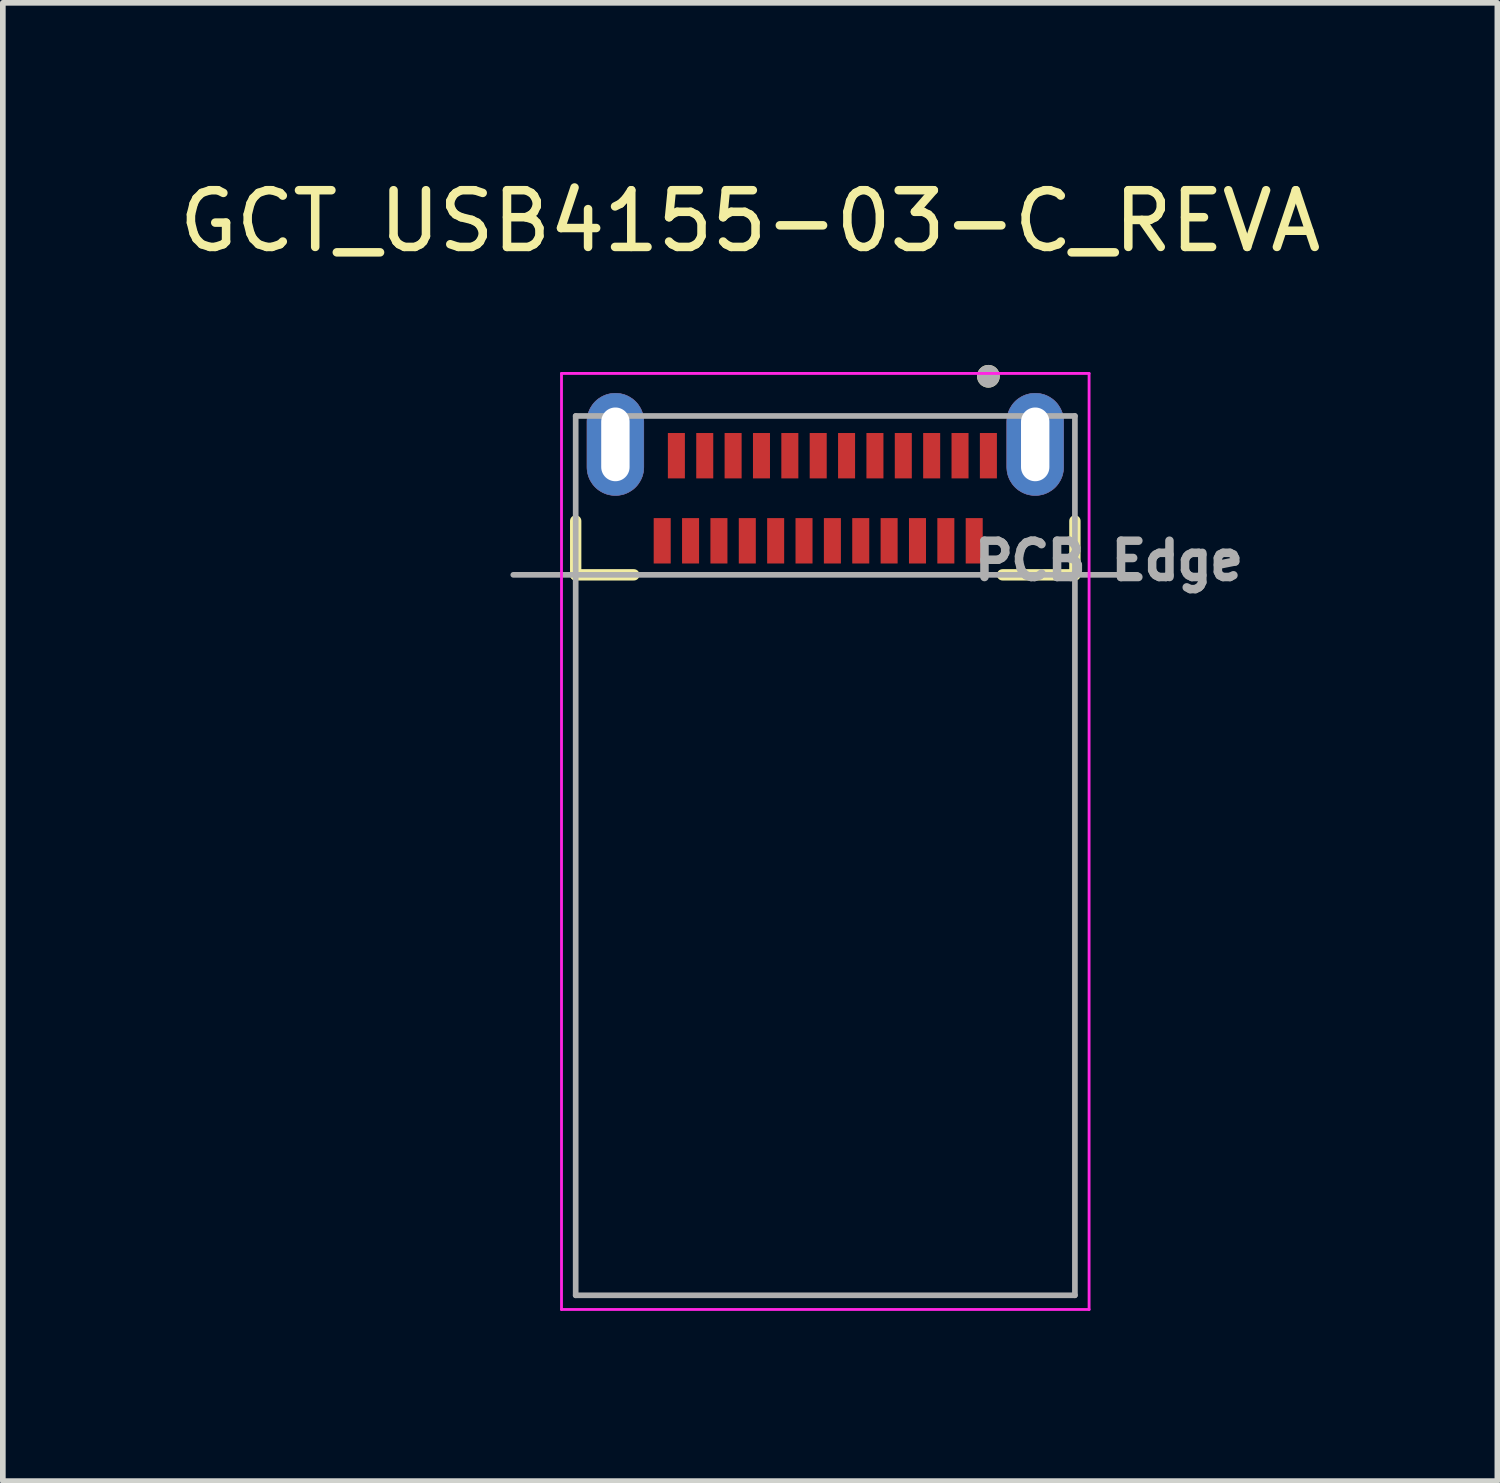
<source format=kicad_pcb>
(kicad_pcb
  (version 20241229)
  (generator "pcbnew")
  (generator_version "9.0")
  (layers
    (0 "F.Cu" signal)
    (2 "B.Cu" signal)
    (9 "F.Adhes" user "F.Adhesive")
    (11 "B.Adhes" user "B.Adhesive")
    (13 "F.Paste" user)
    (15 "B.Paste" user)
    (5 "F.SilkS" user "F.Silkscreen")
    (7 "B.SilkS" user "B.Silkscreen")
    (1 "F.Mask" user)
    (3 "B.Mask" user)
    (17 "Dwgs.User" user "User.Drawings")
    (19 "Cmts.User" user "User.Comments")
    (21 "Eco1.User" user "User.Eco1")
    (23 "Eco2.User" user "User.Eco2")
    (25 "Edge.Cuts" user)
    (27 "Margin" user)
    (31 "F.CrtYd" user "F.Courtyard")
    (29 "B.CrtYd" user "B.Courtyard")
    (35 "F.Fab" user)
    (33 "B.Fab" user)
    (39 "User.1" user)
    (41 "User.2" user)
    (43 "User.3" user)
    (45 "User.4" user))
  (footprint "GCT_USB4155-03-C_REVA"
    (layer "F.Cu")
    (at 11.498 5.733)
    (property "Reference" "GCT_USB4155-03-C_REVA" (at -1.325 -4.885 0) (layer "F.SilkS") (effects (font (size 1 1) (thickness 0.15))))
    (attr through_hole)
    (fp_poly (pts (xy -3.7 -1.85) (xy -3.726 -1.849) (xy -3.752 -1.847) (xy -3.778 -1.844) (xy -3.804 -1.839) (xy -3.829 -1.833) (xy -3.855 -1.826) (xy -3.879 -1.817) (xy -3.903 -1.807) (xy -3.927 -1.796) (xy -3.95 -1.783) (xy -3.972 -1.769) (xy -3.994 -1.755) (xy -4.015 -1.739) (xy -4.035 -1.722) (xy -4.054 -1.704) (xy -4.072 -1.685) (xy -4.089 -1.665) (xy -4.105 -1.644) (xy -4.119 -1.622) (xy -4.133 -1.6) (xy -4.146 -1.577) (xy -4.157 -1.553) (xy -4.167 -1.529) (xy -4.176 -1.505) (xy -4.183 -1.479) (xy -4.189 -1.454) (xy -4.194 -1.428) (xy -4.197 -1.402) (xy -4.199 -1.376) (xy -4.2 -1.35) (xy -4.2 -0.55) (xy -4.199 -0.524) (xy -4.197 -0.498) (xy -4.194 -0.472) (xy -4.189 -0.446) (xy -4.183 -0.421) (xy -4.176 -0.395) (xy -4.167 -0.371) (xy -4.157 -0.347) (xy -4.146 -0.323) (xy -4.133 -0.3) (xy -4.119 -0.278) (xy -4.105 -0.256) (xy -4.089 -0.235) (xy -4.072 -0.215) (xy -4.054 -0.196) (xy -4.035 -0.178) (xy -4.015 -0.161) (xy -3.994 -0.145) (xy -3.972 -0.131) (xy -3.95 -0.117) (xy -3.927 -0.104) (xy -3.903 -0.093) (xy -3.879 -0.083) (xy -3.855 -0.074) (xy -3.829 -0.067) (xy -3.804 -0.061) (xy -3.778 -0.056) (xy -3.752 -0.053) (xy -3.726 -0.051) (xy -3.7 -0.05) (xy -3.674 -0.051) (xy -3.648 -0.053) (xy -3.622 -0.056) (xy -3.596 -0.061) (xy -3.571 -0.067) (xy -3.545 -0.074) (xy -3.521 -0.083) (xy -3.497 -0.093) (xy -3.473 -0.104) (xy -3.45 -0.117) (xy -3.428 -0.131) (xy -3.406 -0.145) (xy -3.385 -0.161) (xy -3.365 -0.178) (xy -3.346 -0.196) (xy -3.328 -0.215) (xy -3.311 -0.235) (xy -3.295 -0.256) (xy -3.281 -0.278) (xy -3.267 -0.3) (xy -3.254 -0.323) (xy -3.243 -0.347) (xy -3.233 -0.371) (xy -3.224 -0.395) (xy -3.217 -0.421) (xy -3.211 -0.446) (xy -3.206 -0.472) (xy -3.203 -0.498) (xy -3.201 -0.524) (xy -3.2 -0.55) (xy -3.2 -1.35) (xy -3.201 -1.376) (xy -3.203 -1.402) (xy -3.206 -1.428) (xy -3.211 -1.454) (xy -3.217 -1.479) (xy -3.224 -1.505) (xy -3.233 -1.529) (xy -3.243 -1.553) (xy -3.254 -1.577) (xy -3.267 -1.6) (xy -3.281 -1.622) (xy -3.295 -1.644) (xy -3.311 -1.665) (xy -3.328 -1.685) (xy -3.346 -1.704) (xy -3.365 -1.722) (xy -3.385 -1.739) (xy -3.406 -1.755) (xy -3.428 -1.769) (xy -3.45 -1.783) (xy -3.473 -1.796) (xy -3.497 -1.807) (xy -3.521 -1.817) (xy -3.545 -1.826) (xy -3.571 -1.833) (xy -3.596 -1.839) (xy -3.622 -1.844) (xy -3.648 -1.847) (xy -3.674 -1.849) (xy -3.7 -1.85)) (stroke (width 0.01) (type solid)) (fill yes) (layer "F.Cu"))
    (fp_poly (pts (xy 3.7 -1.85) (xy 3.674 -1.849) (xy 3.648 -1.847) (xy 3.622 -1.844) (xy 3.596 -1.839) (xy 3.571 -1.833) (xy 3.545 -1.826) (xy 3.521 -1.817) (xy 3.497 -1.807) (xy 3.473 -1.796) (xy 3.45 -1.783) (xy 3.428 -1.769) (xy 3.406 -1.755) (xy 3.385 -1.739) (xy 3.365 -1.722) (xy 3.346 -1.704) (xy 3.328 -1.685) (xy 3.311 -1.665) (xy 3.295 -1.644) (xy 3.281 -1.622) (xy 3.267 -1.6) (xy 3.254 -1.577) (xy 3.243 -1.553) (xy 3.233 -1.529) (xy 3.224 -1.505) (xy 3.217 -1.479) (xy 3.211 -1.454) (xy 3.206 -1.428) (xy 3.203 -1.402) (xy 3.201 -1.376) (xy 3.2 -1.35) (xy 3.2 -0.55) (xy 3.201 -0.524) (xy 3.203 -0.498) (xy 3.206 -0.472) (xy 3.211 -0.446) (xy 3.217 -0.421) (xy 3.224 -0.395) (xy 3.233 -0.371) (xy 3.243 -0.347) (xy 3.254 -0.323) (xy 3.267 -0.3) (xy 3.281 -0.278) (xy 3.295 -0.256) (xy 3.311 -0.235) (xy 3.328 -0.215) (xy 3.346 -0.196) (xy 3.365 -0.178) (xy 3.385 -0.161) (xy 3.406 -0.145) (xy 3.428 -0.131) (xy 3.45 -0.117) (xy 3.473 -0.104) (xy 3.497 -0.093) (xy 3.521 -0.083) (xy 3.545 -0.074) (xy 3.571 -0.067) (xy 3.596 -0.061) (xy 3.622 -0.056) (xy 3.648 -0.053) (xy 3.674 -0.051) (xy 3.7 -0.05) (xy 3.726 -0.051) (xy 3.752 -0.053) (xy 3.778 -0.056) (xy 3.804 -0.061) (xy 3.829 -0.067) (xy 3.855 -0.074) (xy 3.879 -0.083) (xy 3.903 -0.093) (xy 3.927 -0.104) (xy 3.95 -0.117) (xy 3.972 -0.131) (xy 3.994 -0.145) (xy 4.015 -0.161) (xy 4.035 -0.178) (xy 4.054 -0.196) (xy 4.072 -0.215) (xy 4.089 -0.235) (xy 4.105 -0.256) (xy 4.119 -0.278) (xy 4.133 -0.3) (xy 4.146 -0.323) (xy 4.157 -0.347) (xy 4.167 -0.371) (xy 4.176 -0.395) (xy 4.183 -0.421) (xy 4.189 -0.446) (xy 4.194 -0.472) (xy 4.197 -0.498) (xy 4.199 -0.524) (xy 4.2 -0.55) (xy 4.2 -1.35) (xy 4.199 -1.376) (xy 4.197 -1.402) (xy 4.194 -1.428) (xy 4.189 -1.454) (xy 4.183 -1.479) (xy 4.176 -1.505) (xy 4.167 -1.529) (xy 4.157 -1.553) (xy 4.146 -1.577) (xy 4.133 -1.6) (xy 4.119 -1.622) (xy 4.105 -1.644) (xy 4.089 -1.665) (xy 4.072 -1.685) (xy 4.054 -1.704) (xy 4.035 -1.722) (xy 4.015 -1.739) (xy 3.994 -1.755) (xy 3.972 -1.769) (xy 3.95 -1.783) (xy 3.927 -1.796) (xy 3.903 -1.807) (xy 3.879 -1.817) (xy 3.855 -1.826) (xy 3.829 -1.833) (xy 3.804 -1.839) (xy 3.778 -1.844) (xy 3.752 -1.847) (xy 3.726 -1.849) (xy 3.7 -1.85)) (stroke (width 0.01) (type solid)) (fill yes) (layer "F.Cu"))
    (fp_poly (pts (xy -3.7 -1.95) (xy -3.731 -1.949) (xy -3.763 -1.947) (xy -3.794 -1.943) (xy -3.825 -1.937) (xy -3.855 -1.93) (xy -3.885 -1.921) (xy -3.915 -1.91) (xy -3.944 -1.898) (xy -3.972 -1.885) (xy -4 -1.87) (xy -4.027 -1.853) (xy -4.053 -1.835) (xy -4.078 -1.816) (xy -4.101 -1.796) (xy -4.124 -1.774) (xy -4.146 -1.751) (xy -4.166 -1.728) (xy -4.185 -1.703) (xy -4.203 -1.677) (xy -4.22 -1.65) (xy -4.235 -1.622) (xy -4.248 -1.594) (xy -4.26 -1.565) (xy -4.271 -1.535) (xy -4.28 -1.505) (xy -4.287 -1.475) (xy -4.293 -1.444) (xy -4.297 -1.413) (xy -4.299 -1.381) (xy -4.3 -1.35) (xy -4.3 -0.55) (xy -4.299 -0.519) (xy -4.297 -0.487) (xy -4.293 -0.456) (xy -4.287 -0.425) (xy -4.28 -0.395) (xy -4.271 -0.365) (xy -4.26 -0.335) (xy -4.248 -0.306) (xy -4.235 -0.278) (xy -4.22 -0.25) (xy -4.203 -0.223) (xy -4.185 -0.197) (xy -4.166 -0.172) (xy -4.146 -0.149) (xy -4.124 -0.126) (xy -4.101 -0.104) (xy -4.078 -0.084) (xy -4.053 -0.065) (xy -4.027 -0.047) (xy -4 -0.03) (xy -3.972 -0.015) (xy -3.944 -0.002) (xy -3.915 0.01) (xy -3.885 0.021) (xy -3.855 0.03) (xy -3.825 0.037) (xy -3.794 0.043) (xy -3.763 0.047) (xy -3.731 0.049) (xy -3.7 0.05) (xy -3.669 0.049) (xy -3.637 0.047) (xy -3.606 0.043) (xy -3.575 0.037) (xy -3.545 0.03) (xy -3.515 0.021) (xy -3.485 0.01) (xy -3.456 -0.002) (xy -3.428 -0.015) (xy -3.4 -0.03) (xy -3.373 -0.047) (xy -3.347 -0.065) (xy -3.322 -0.084) (xy -3.299 -0.104) (xy -3.276 -0.126) (xy -3.254 -0.149) (xy -3.234 -0.172) (xy -3.215 -0.197) (xy -3.197 -0.223) (xy -3.18 -0.25) (xy -3.165 -0.278) (xy -3.152 -0.306) (xy -3.14 -0.335) (xy -3.129 -0.365) (xy -3.12 -0.395) (xy -3.113 -0.425) (xy -3.107 -0.456) (xy -3.103 -0.487) (xy -3.101 -0.519) (xy -3.1 -0.55) (xy -3.1 -1.35) (xy -3.101 -1.381) (xy -3.103 -1.413) (xy -3.107 -1.444) (xy -3.113 -1.475) (xy -3.12 -1.505) (xy -3.129 -1.535) (xy -3.14 -1.565) (xy -3.152 -1.594) (xy -3.165 -1.622) (xy -3.18 -1.65) (xy -3.197 -1.677) (xy -3.215 -1.703) (xy -3.234 -1.728) (xy -3.254 -1.751) (xy -3.276 -1.774) (xy -3.299 -1.796) (xy -3.322 -1.816) (xy -3.347 -1.835) (xy -3.373 -1.853) (xy -3.4 -1.87) (xy -3.428 -1.885) (xy -3.456 -1.898) (xy -3.485 -1.91) (xy -3.515 -1.921) (xy -3.545 -1.93) (xy -3.575 -1.937) (xy -3.606 -1.943) (xy -3.637 -1.947) (xy -3.669 -1.949) (xy -3.7 -1.95)) (stroke (width 0.01) (type solid)) (fill yes) (layer "F.Mask"))
    (fp_poly (pts (xy 3.7 -1.95) (xy 3.669 -1.949) (xy 3.637 -1.947) (xy 3.606 -1.943) (xy 3.575 -1.937) (xy 3.545 -1.93) (xy 3.515 -1.921) (xy 3.485 -1.91) (xy 3.456 -1.898) (xy 3.428 -1.885) (xy 3.4 -1.87) (xy 3.373 -1.853) (xy 3.347 -1.835) (xy 3.322 -1.816) (xy 3.299 -1.796) (xy 3.276 -1.774) (xy 3.254 -1.751) (xy 3.234 -1.728) (xy 3.215 -1.703) (xy 3.197 -1.677) (xy 3.18 -1.65) (xy 3.165 -1.622) (xy 3.152 -1.594) (xy 3.14 -1.565) (xy 3.129 -1.535) (xy 3.12 -1.505) (xy 3.113 -1.475) (xy 3.107 -1.444) (xy 3.103 -1.413) (xy 3.101 -1.381) (xy 3.1 -1.35) (xy 3.1 -0.55) (xy 3.101 -0.519) (xy 3.103 -0.487) (xy 3.107 -0.456) (xy 3.113 -0.425) (xy 3.12 -0.395) (xy 3.129 -0.365) (xy 3.14 -0.335) (xy 3.152 -0.306) (xy 3.165 -0.278) (xy 3.18 -0.25) (xy 3.197 -0.223) (xy 3.215 -0.197) (xy 3.234 -0.172) (xy 3.254 -0.149) (xy 3.276 -0.126) (xy 3.299 -0.104) (xy 3.322 -0.084) (xy 3.347 -0.065) (xy 3.373 -0.047) (xy 3.4 -0.03) (xy 3.428 -0.015) (xy 3.456 -0.002) (xy 3.485 0.01) (xy 3.515 0.021) (xy 3.545 0.03) (xy 3.575 0.037) (xy 3.606 0.043) (xy 3.637 0.047) (xy 3.669 0.049) (xy 3.7 0.05) (xy 3.731 0.049) (xy 3.763 0.047) (xy 3.794 0.043) (xy 3.825 0.037) (xy 3.855 0.03) (xy 3.885 0.021) (xy 3.915 0.01) (xy 3.944 -0.002) (xy 3.972 -0.015) (xy 4 -0.03) (xy 4.027 -0.047) (xy 4.053 -0.065) (xy 4.078 -0.084) (xy 4.101 -0.104) (xy 4.124 -0.126) (xy 4.146 -0.149) (xy 4.166 -0.172) (xy 4.185 -0.197) (xy 4.203 -0.223) (xy 4.22 -0.25) (xy 4.235 -0.278) (xy 4.248 -0.306) (xy 4.26 -0.335) (xy 4.271 -0.365) (xy 4.28 -0.395) (xy 4.287 -0.425) (xy 4.293 -0.456) (xy 4.297 -0.487) (xy 4.299 -0.519) (xy 4.3 -0.55) (xy 4.3 -1.35) (xy 4.299 -1.381) (xy 4.297 -1.413) (xy 4.293 -1.444) (xy 4.287 -1.475) (xy 4.28 -1.505) (xy 4.271 -1.535) (xy 4.26 -1.565) (xy 4.248 -1.594) (xy 4.235 -1.622) (xy 4.22 -1.65) (xy 4.203 -1.677) (xy 4.185 -1.703) (xy 4.166 -1.728) (xy 4.146 -1.751) (xy 4.124 -1.774) (xy 4.101 -1.796) (xy 4.078 -1.816) (xy 4.053 -1.835) (xy 4.027 -1.853) (xy 4 -1.87) (xy 3.972 -1.885) (xy 3.944 -1.898) (xy 3.915 -1.91) (xy 3.885 -1.921) (xy 3.855 -1.93) (xy 3.825 -1.937) (xy 3.794 -1.943) (xy 3.763 -1.947) (xy 3.731 -1.949) (xy 3.7 -1.95)) (stroke (width 0.01) (type solid)) (fill yes) (layer "F.Mask"))
    (fp_poly (pts (xy -3.7 -1.85) (xy -3.726 -1.849) (xy -3.752 -1.847) (xy -3.778 -1.844) (xy -3.804 -1.839) (xy -3.829 -1.833) (xy -3.855 -1.826) (xy -3.879 -1.817) (xy -3.903 -1.807) (xy -3.927 -1.796) (xy -3.95 -1.783) (xy -3.972 -1.769) (xy -3.994 -1.755) (xy -4.015 -1.739) (xy -4.035 -1.722) (xy -4.054 -1.704) (xy -4.072 -1.685) (xy -4.089 -1.665) (xy -4.105 -1.644) (xy -4.119 -1.622) (xy -4.133 -1.6) (xy -4.146 -1.577) (xy -4.157 -1.553) (xy -4.167 -1.529) (xy -4.176 -1.505) (xy -4.183 -1.479) (xy -4.189 -1.454) (xy -4.194 -1.428) (xy -4.197 -1.402) (xy -4.199 -1.376) (xy -4.2 -1.35) (xy -4.2 -0.55) (xy -4.199 -0.524) (xy -4.197 -0.498) (xy -4.194 -0.472) (xy -4.189 -0.446) (xy -4.183 -0.421) (xy -4.176 -0.395) (xy -4.167 -0.371) (xy -4.157 -0.347) (xy -4.146 -0.323) (xy -4.133 -0.3) (xy -4.119 -0.278) (xy -4.105 -0.256) (xy -4.089 -0.235) (xy -4.072 -0.215) (xy -4.054 -0.196) (xy -4.035 -0.178) (xy -4.015 -0.161) (xy -3.994 -0.145) (xy -3.972 -0.131) (xy -3.95 -0.117) (xy -3.927 -0.104) (xy -3.903 -0.093) (xy -3.879 -0.083) (xy -3.855 -0.074) (xy -3.829 -0.067) (xy -3.804 -0.061) (xy -3.778 -0.056) (xy -3.752 -0.053) (xy -3.726 -0.051) (xy -3.7 -0.05) (xy -3.674 -0.051) (xy -3.648 -0.053) (xy -3.622 -0.056) (xy -3.596 -0.061) (xy -3.571 -0.067) (xy -3.545 -0.074) (xy -3.521 -0.083) (xy -3.497 -0.093) (xy -3.473 -0.104) (xy -3.45 -0.117) (xy -3.428 -0.131) (xy -3.406 -0.145) (xy -3.385 -0.161) (xy -3.365 -0.178) (xy -3.346 -0.196) (xy -3.328 -0.215) (xy -3.311 -0.235) (xy -3.295 -0.256) (xy -3.281 -0.278) (xy -3.267 -0.3) (xy -3.254 -0.323) (xy -3.243 -0.347) (xy -3.233 -0.371) (xy -3.224 -0.395) (xy -3.217 -0.421) (xy -3.211 -0.446) (xy -3.206 -0.472) (xy -3.203 -0.498) (xy -3.201 -0.524) (xy -3.2 -0.55) (xy -3.2 -1.35) (xy -3.201 -1.376) (xy -3.203 -1.402) (xy -3.206 -1.428) (xy -3.211 -1.454) (xy -3.217 -1.479) (xy -3.224 -1.505) (xy -3.233 -1.529) (xy -3.243 -1.553) (xy -3.254 -1.577) (xy -3.267 -1.6) (xy -3.281 -1.622) (xy -3.295 -1.644) (xy -3.311 -1.665) (xy -3.328 -1.685) (xy -3.346 -1.704) (xy -3.365 -1.722) (xy -3.385 -1.739) (xy -3.406 -1.755) (xy -3.428 -1.769) (xy -3.45 -1.783) (xy -3.473 -1.796) (xy -3.497 -1.807) (xy -3.521 -1.817) (xy -3.545 -1.826) (xy -3.571 -1.833) (xy -3.596 -1.839) (xy -3.622 -1.844) (xy -3.648 -1.847) (xy -3.674 -1.849) (xy -3.7 -1.85)) (stroke (width 0.01) (type solid)) (fill yes) (layer "B.Cu"))
    (fp_poly (pts (xy 3.7 -1.85) (xy 3.674 -1.849) (xy 3.648 -1.847) (xy 3.622 -1.844) (xy 3.596 -1.839) (xy 3.571 -1.833) (xy 3.545 -1.826) (xy 3.521 -1.817) (xy 3.497 -1.807) (xy 3.473 -1.796) (xy 3.45 -1.783) (xy 3.428 -1.769) (xy 3.406 -1.755) (xy 3.385 -1.739) (xy 3.365 -1.722) (xy 3.346 -1.704) (xy 3.328 -1.685) (xy 3.311 -1.665) (xy 3.295 -1.644) (xy 3.281 -1.622) (xy 3.267 -1.6) (xy 3.254 -1.577) (xy 3.243 -1.553) (xy 3.233 -1.529) (xy 3.224 -1.505) (xy 3.217 -1.479) (xy 3.211 -1.454) (xy 3.206 -1.428) (xy 3.203 -1.402) (xy 3.201 -1.376) (xy 3.2 -1.35) (xy 3.2 -0.55) (xy 3.201 -0.524) (xy 3.203 -0.498) (xy 3.206 -0.472) (xy 3.211 -0.446) (xy 3.217 -0.421) (xy 3.224 -0.395) (xy 3.233 -0.371) (xy 3.243 -0.347) (xy 3.254 -0.323) (xy 3.267 -0.3) (xy 3.281 -0.278) (xy 3.295 -0.256) (xy 3.311 -0.235) (xy 3.328 -0.215) (xy 3.346 -0.196) (xy 3.365 -0.178) (xy 3.385 -0.161) (xy 3.406 -0.145) (xy 3.428 -0.131) (xy 3.45 -0.117) (xy 3.473 -0.104) (xy 3.497 -0.093) (xy 3.521 -0.083) (xy 3.545 -0.074) (xy 3.571 -0.067) (xy 3.596 -0.061) (xy 3.622 -0.056) (xy 3.648 -0.053) (xy 3.674 -0.051) (xy 3.7 -0.05) (xy 3.726 -0.051) (xy 3.752 -0.053) (xy 3.778 -0.056) (xy 3.804 -0.061) (xy 3.829 -0.067) (xy 3.855 -0.074) (xy 3.879 -0.083) (xy 3.903 -0.093) (xy 3.927 -0.104) (xy 3.95 -0.117) (xy 3.972 -0.131) (xy 3.994 -0.145) (xy 4.015 -0.161) (xy 4.035 -0.178) (xy 4.054 -0.196) (xy 4.072 -0.215) (xy 4.089 -0.235) (xy 4.105 -0.256) (xy 4.119 -0.278) (xy 4.133 -0.3) (xy 4.146 -0.323) (xy 4.157 -0.347) (xy 4.167 -0.371) (xy 4.176 -0.395) (xy 4.183 -0.421) (xy 4.189 -0.446) (xy 4.194 -0.472) (xy 4.197 -0.498) (xy 4.199 -0.524) (xy 4.2 -0.55) (xy 4.2 -1.35) (xy 4.199 -1.376) (xy 4.197 -1.402) (xy 4.194 -1.428) (xy 4.189 -1.454) (xy 4.183 -1.479) (xy 4.176 -1.505) (xy 4.167 -1.529) (xy 4.157 -1.553) (xy 4.146 -1.577) (xy 4.133 -1.6) (xy 4.119 -1.622) (xy 4.105 -1.644) (xy 4.089 -1.665) (xy 4.072 -1.685) (xy 4.054 -1.704) (xy 4.035 -1.722) (xy 4.015 -1.739) (xy 3.994 -1.755) (xy 3.972 -1.769) (xy 3.95 -1.783) (xy 3.927 -1.796) (xy 3.903 -1.807) (xy 3.879 -1.817) (xy 3.855 -1.826) (xy 3.829 -1.833) (xy 3.804 -1.839) (xy 3.778 -1.844) (xy 3.752 -1.847) (xy 3.726 -1.849) (xy 3.7 -1.85)) (stroke (width 0.01) (type solid)) (fill yes) (layer "B.Cu"))
    (fp_poly (pts (xy -3.7 -1.95) (xy -3.731 -1.949) (xy -3.763 -1.947) (xy -3.794 -1.943) (xy -3.825 -1.937) (xy -3.855 -1.93) (xy -3.885 -1.921) (xy -3.915 -1.91) (xy -3.944 -1.898) (xy -3.972 -1.885) (xy -4 -1.87) (xy -4.027 -1.853) (xy -4.053 -1.835) (xy -4.078 -1.816) (xy -4.101 -1.796) (xy -4.124 -1.774) (xy -4.146 -1.751) (xy -4.166 -1.728) (xy -4.185 -1.703) (xy -4.203 -1.677) (xy -4.22 -1.65) (xy -4.235 -1.622) (xy -4.248 -1.594) (xy -4.26 -1.565) (xy -4.271 -1.535) (xy -4.28 -1.505) (xy -4.287 -1.475) (xy -4.293 -1.444) (xy -4.297 -1.413) (xy -4.299 -1.381) (xy -4.3 -1.35) (xy -4.3 -0.55) (xy -4.299 -0.519) (xy -4.297 -0.487) (xy -4.293 -0.456) (xy -4.287 -0.425) (xy -4.28 -0.395) (xy -4.271 -0.365) (xy -4.26 -0.335) (xy -4.248 -0.306) (xy -4.235 -0.278) (xy -4.22 -0.25) (xy -4.203 -0.223) (xy -4.185 -0.197) (xy -4.166 -0.172) (xy -4.146 -0.149) (xy -4.124 -0.126) (xy -4.101 -0.104) (xy -4.078 -0.084) (xy -4.053 -0.065) (xy -4.027 -0.047) (xy -4 -0.03) (xy -3.972 -0.015) (xy -3.944 -0.002) (xy -3.915 0.01) (xy -3.885 0.021) (xy -3.855 0.03) (xy -3.825 0.037) (xy -3.794 0.043) (xy -3.763 0.047) (xy -3.731 0.049) (xy -3.7 0.05) (xy -3.669 0.049) (xy -3.637 0.047) (xy -3.606 0.043) (xy -3.575 0.037) (xy -3.545 0.03) (xy -3.515 0.021) (xy -3.485 0.01) (xy -3.456 -0.002) (xy -3.428 -0.015) (xy -3.4 -0.03) (xy -3.373 -0.047) (xy -3.347 -0.065) (xy -3.322 -0.084) (xy -3.299 -0.104) (xy -3.276 -0.126) (xy -3.254 -0.149) (xy -3.234 -0.172) (xy -3.215 -0.197) (xy -3.197 -0.223) (xy -3.18 -0.25) (xy -3.165 -0.278) (xy -3.152 -0.306) (xy -3.14 -0.335) (xy -3.129 -0.365) (xy -3.12 -0.395) (xy -3.113 -0.425) (xy -3.107 -0.456) (xy -3.103 -0.487) (xy -3.101 -0.519) (xy -3.1 -0.55) (xy -3.1 -1.35) (xy -3.101 -1.381) (xy -3.103 -1.413) (xy -3.107 -1.444) (xy -3.113 -1.475) (xy -3.12 -1.505) (xy -3.129 -1.535) (xy -3.14 -1.565) (xy -3.152 -1.594) (xy -3.165 -1.622) (xy -3.18 -1.65) (xy -3.197 -1.677) (xy -3.215 -1.703) (xy -3.234 -1.728) (xy -3.254 -1.751) (xy -3.276 -1.774) (xy -3.299 -1.796) (xy -3.322 -1.816) (xy -3.347 -1.835) (xy -3.373 -1.853) (xy -3.4 -1.87) (xy -3.428 -1.885) (xy -3.456 -1.898) (xy -3.485 -1.91) (xy -3.515 -1.921) (xy -3.545 -1.93) (xy -3.575 -1.937) (xy -3.606 -1.943) (xy -3.637 -1.947) (xy -3.669 -1.949) (xy -3.7 -1.95)) (stroke (width 0.01) (type solid)) (fill yes) (layer "B.Mask"))
    (fp_poly (pts (xy 3.7 -1.95) (xy 3.669 -1.949) (xy 3.637 -1.947) (xy 3.606 -1.943) (xy 3.575 -1.937) (xy 3.545 -1.93) (xy 3.515 -1.921) (xy 3.485 -1.91) (xy 3.456 -1.898) (xy 3.428 -1.885) (xy 3.4 -1.87) (xy 3.373 -1.853) (xy 3.347 -1.835) (xy 3.322 -1.816) (xy 3.299 -1.796) (xy 3.276 -1.774) (xy 3.254 -1.751) (xy 3.234 -1.728) (xy 3.215 -1.703) (xy 3.197 -1.677) (xy 3.18 -1.65) (xy 3.165 -1.622) (xy 3.152 -1.594) (xy 3.14 -1.565) (xy 3.129 -1.535) (xy 3.12 -1.505) (xy 3.113 -1.475) (xy 3.107 -1.444) (xy 3.103 -1.413) (xy 3.101 -1.381) (xy 3.1 -1.35) (xy 3.1 -0.55) (xy 3.101 -0.519) (xy 3.103 -0.487) (xy 3.107 -0.456) (xy 3.113 -0.425) (xy 3.12 -0.395) (xy 3.129 -0.365) (xy 3.14 -0.335) (xy 3.152 -0.306) (xy 3.165 -0.278) (xy 3.18 -0.25) (xy 3.197 -0.223) (xy 3.215 -0.197) (xy 3.234 -0.172) (xy 3.254 -0.149) (xy 3.276 -0.126) (xy 3.299 -0.104) (xy 3.322 -0.084) (xy 3.347 -0.065) (xy 3.373 -0.047) (xy 3.4 -0.03) (xy 3.428 -0.015) (xy 3.456 -0.002) (xy 3.485 0.01) (xy 3.515 0.021) (xy 3.545 0.03) (xy 3.575 0.037) (xy 3.606 0.043) (xy 3.637 0.047) (xy 3.669 0.049) (xy 3.7 0.05) (xy 3.731 0.049) (xy 3.763 0.047) (xy 3.794 0.043) (xy 3.825 0.037) (xy 3.855 0.03) (xy 3.885 0.021) (xy 3.915 0.01) (xy 3.944 -0.002) (xy 3.972 -0.015) (xy 4 -0.03) (xy 4.027 -0.047) (xy 4.053 -0.065) (xy 4.078 -0.084) (xy 4.101 -0.104) (xy 4.124 -0.126) (xy 4.146 -0.149) (xy 4.166 -0.172) (xy 4.185 -0.197) (xy 4.203 -0.223) (xy 4.22 -0.25) (xy 4.235 -0.278) (xy 4.248 -0.306) (xy 4.26 -0.335) (xy 4.271 -0.365) (xy 4.28 -0.395) (xy 4.287 -0.425) (xy 4.293 -0.456) (xy 4.297 -0.487) (xy 4.299 -0.519) (xy 4.3 -0.55) (xy 4.3 -1.35) (xy 4.299 -1.381) (xy 4.297 -1.413) (xy 4.293 -1.444) (xy 4.287 -1.475) (xy 4.28 -1.505) (xy 4.271 -1.535) (xy 4.26 -1.565) (xy 4.248 -1.594) (xy 4.235 -1.622) (xy 4.22 -1.65) (xy 4.203 -1.677) (xy 4.185 -1.703) (xy 4.166 -1.728) (xy 4.146 -1.751) (xy 4.124 -1.774) (xy 4.101 -1.796) (xy 4.078 -1.816) (xy 4.053 -1.835) (xy 4.027 -1.853) (xy 4 -1.87) (xy 3.972 -1.885) (xy 3.944 -1.898) (xy 3.915 -1.91) (xy 3.885 -1.921) (xy 3.855 -1.93) (xy 3.825 -1.937) (xy 3.794 -1.943) (xy 3.763 -1.947) (xy 3.731 -1.949) (xy 3.7 -1.95)) (stroke (width 0.01) (type solid)) (fill yes) (layer "B.Mask"))
    (fp_line (start -4.4 1.35) (end -4.4 0.4) (stroke (width 0.2) (type solid)) (layer "F.SilkS"))
    (fp_line (start -4.4 1.35) (end -3.375 1.35) (stroke (width 0.2) (type solid)) (layer "F.SilkS"))
    (fp_line (start 3.125 1.35) (end 4.4 1.35) (stroke (width 0.2) (type solid)) (layer "F.SilkS"))
    (fp_line (start 4.4 1.35) (end 4.4 0.4) (stroke (width 0.2) (type solid)) (layer "F.SilkS"))
    (fp_circle (center 2.875 -2.15) (end 2.975 -2.15) (stroke (width 0.2) (type solid)) (fill no) (layer "F.SilkS"))
    (fp_line (start -4.65 -2.2) (end 4.65 -2.2) (stroke (width 0.05) (type solid)) (layer "F.CrtYd"))
    (fp_line (start -4.65 14.3) (end -4.65 -2.2) (stroke (width 0.05) (type solid)) (layer "F.CrtYd"))
    (fp_line (start -4.65 14.3) (end 4.65 14.3) (stroke (width 0.05) (type solid)) (layer "F.CrtYd"))
    (fp_line (start 4.65 14.3) (end 4.65 -2.2) (stroke (width 0.05) (type solid)) (layer "F.CrtYd"))
    (fp_line (start -5.5 1.35) (end 5.5 1.35) (stroke (width 0.1) (type solid)) (layer "F.Fab"))
    (fp_line (start -4.4 -1.45) (end 4.4 -1.45) (stroke (width 0.1) (type solid)) (layer "F.Fab"))
    (fp_line (start -4.4 14.05) (end -4.4 -1.45) (stroke (width 0.1) (type solid)) (layer "F.Fab"))
    (fp_line (start -4.4 14.05) (end 4.4 14.05) (stroke (width 0.1) (type solid)) (layer "F.Fab"))
    (fp_line (start 4.4 14.05) (end 4.4 -1.45) (stroke (width 0.1) (type solid)) (layer "F.Fab"))
    (fp_circle (center 2.875 -2.15) (end 2.975 -2.15) (stroke (width 0.2) (type solid)) (fill no) (layer "F.Fab"))
    (fp_text user "PCB Edge" (at 5 1.1 0) (layer "F.Fab") (effects (font (size 0.64 0.64) (thickness 0.15))))
    (pad "A1" smd rect (at 2.875 -0.75) (size 0.3 0.8) (layers "F.Cu" "F.Mask" "F.Paste"))
    (pad "A2" smd rect (at 2.375 -0.75) (size 0.3 0.8) (layers "F.Cu" "F.Mask" "F.Paste"))
    (pad "A3" smd rect (at 1.875 -0.75) (size 0.3 0.8) (layers "F.Cu" "F.Mask" "F.Paste"))
    (pad "A4" smd rect (at 1.375 -0.75) (size 0.3 0.8) (layers "F.Cu" "F.Mask" "F.Paste"))
    (pad "A5" smd rect (at 0.875 -0.75) (size 0.3 0.8) (layers "F.Cu" "F.Mask" "F.Paste"))
    (pad "A6" smd rect (at 0.375 -0.75) (size 0.3 0.8) (layers "F.Cu" "F.Mask" "F.Paste"))
    (pad "A7" smd rect (at -0.125 -0.75) (size 0.3 0.8) (layers "F.Cu" "F.Mask" "F.Paste"))
    (pad "A8" smd rect (at -0.625 -0.75) (size 0.3 0.8) (layers "F.Cu" "F.Mask" "F.Paste"))
    (pad "A9" smd rect (at -1.125 -0.75) (size 0.3 0.8) (layers "F.Cu" "F.Mask" "F.Paste"))
    (pad "A10" smd rect (at -1.625 -0.75) (size 0.3 0.8) (layers "F.Cu" "F.Mask" "F.Paste"))
    (pad "A11" smd rect (at -2.125 -0.75) (size 0.3 0.8) (layers "F.Cu" "F.Mask" "F.Paste"))
    (pad "A12" smd rect (at -2.625 -0.75) (size 0.3 0.8) (layers "F.Cu" "F.Mask" "F.Paste"))
    (pad "B1" smd rect (at -2.875 0.75) (size 0.3 0.8) (layers "F.Cu" "F.Mask" "F.Paste"))
    (pad "B2" smd rect (at -2.375 0.75) (size 0.3 0.8) (layers "F.Cu" "F.Mask" "F.Paste"))
    (pad "B3" smd rect (at -1.875 0.75) (size 0.3 0.8) (layers "F.Cu" "F.Mask" "F.Paste"))
    (pad "B4" smd rect (at -1.375 0.75) (size 0.3 0.8) (layers "F.Cu" "F.Mask" "F.Paste"))
    (pad "B5" smd rect (at -0.875 0.75) (size 0.3 0.8) (layers "F.Cu" "F.Mask" "F.Paste"))
    (pad "B6" smd rect (at -0.375 0.75) (size 0.3 0.8) (layers "F.Cu" "F.Mask" "F.Paste"))
    (pad "B7" smd rect (at 0.125 0.75) (size 0.3 0.8) (layers "F.Cu" "F.Mask" "F.Paste"))
    (pad "B8" smd rect (at 0.625 0.75) (size 0.3 0.8) (layers "F.Cu" "F.Mask" "F.Paste"))
    (pad "B9" smd rect (at 1.125 0.75) (size 0.3 0.8) (layers "F.Cu" "F.Mask" "F.Paste"))
    (pad "B10" smd rect (at 1.625 0.75) (size 0.3 0.8) (layers "F.Cu" "F.Mask" "F.Paste"))
    (pad "B11" smd rect (at 2.125 0.75) (size 0.3 0.8) (layers "F.Cu" "F.Mask" "F.Paste"))
    (pad "B12" smd rect (at 2.625 0.75) (size 0.3 0.8) (layers "F.Cu" "F.Mask" "F.Paste"))
    (pad "S1" thru_hole oval (at -3.7 -0.95) (size 0.8 1.6) (drill oval 0.5 1.3) (layers "*.Cu"))
    (pad "S2" thru_hole oval (at 3.7 -0.95) (size 0.8 1.6) (drill oval 0.5 1.3) (layers "*.Cu")))
  (gr_rect
    (start -3 -3)
    (end 23.345 23.058)
    (stroke (width 0.1) (type default))
    (fill no)
    (layer "Edge.Cuts")))
</source>
